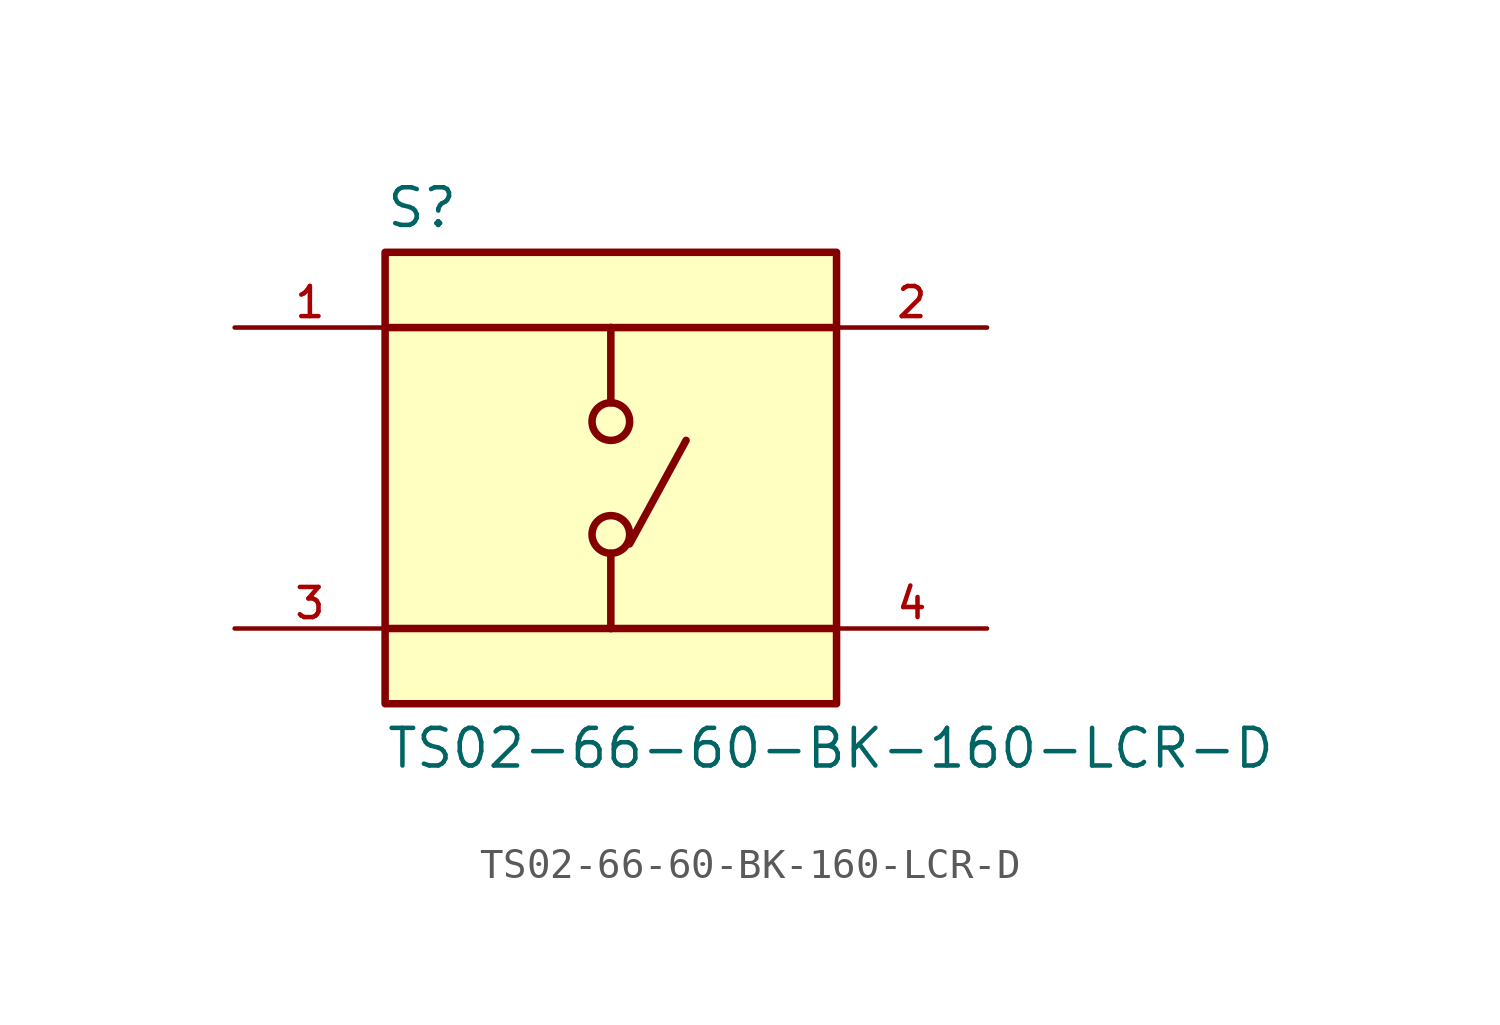
<source format=kicad_sym>
(kicad_symbol_lib
  (version 20211014)
  (generator kicad_symbol_editor)
  (symbol "TS02-66-60-BK-160-LCR-D"
    (pin_names
      (offset 1.016))
    (property "Reference" "S"
      (at -7.62 8.382 0)
      (effects (font (size 1.27 1.27)) (justify bottom left)))
    (property "Value" "TS02-66-60-BK-160-LCR-D"
      (at -7.62 -8.382 0)
      (effects (font (size 1.27 1.27)) (justify top left)))
    (symbol "TS02-66-60-BK-160-LCR-D_0_0"
      (polyline (pts (xy 0.0 5.08) (xy 0.0 2.54)) (stroke (width 0.254)))
      (polyline (pts (xy 0.0 -2.54) (xy 0.0 -5.08)) (stroke (width 0.254)))
      (polyline (pts (xy 0.0 5.08) (xy -7.62 5.08)) (stroke (width 0.254)))
      (polyline (pts (xy 0.0 5.08) (xy 7.62 5.08)) (stroke (width 0.254)))
      (polyline (pts (xy 0.0 -5.08) (xy -7.62 -5.08)) (stroke (width 0.254)))
      (polyline (pts (xy 0.0 -5.08) (xy 7.62 -5.08)) (stroke (width 0.254)))
      (circle (center 0.0 -1.905) (radius 0.635) (stroke (width 0.254)) (fill (type none)))
      (circle (center 0.0 1.905) (radius 0.635) (stroke (width 0.254)) (fill (type none)))
      (polyline (pts (xy 0.635 -2.223) (xy 2.54 1.27)) (stroke (width 0.254)))
      (rectangle (start -7.62 -7.62) (end 7.62 7.62) (stroke (width 0.254)) (fill (type background)))
      (pin passive line (at -12.7 5.08 0) (length 5.08) (name "~" (effects (font (size 1.016 1.016)))) (number "1" (effects (font (size 1.016 1.016)))))
      (pin passive line (at -12.7 -5.08 0) (length 5.08) (name "~" (effects (font (size 1.016 1.016)))) (number "3" (effects (font (size 1.016 1.016)))))
      (pin passive line (at 12.7 5.08 180.0) (length 5.08) (name "~" (effects (font (size 1.016 1.016)))) (number "2" (effects (font (size 1.016 1.016)))))
      (pin passive line (at 12.7 -5.08 180.0) (length 5.08) (name "~" (effects (font (size 1.016 1.016)))) (number "4" (effects (font (size 1.016 1.016))))))))
</source>
